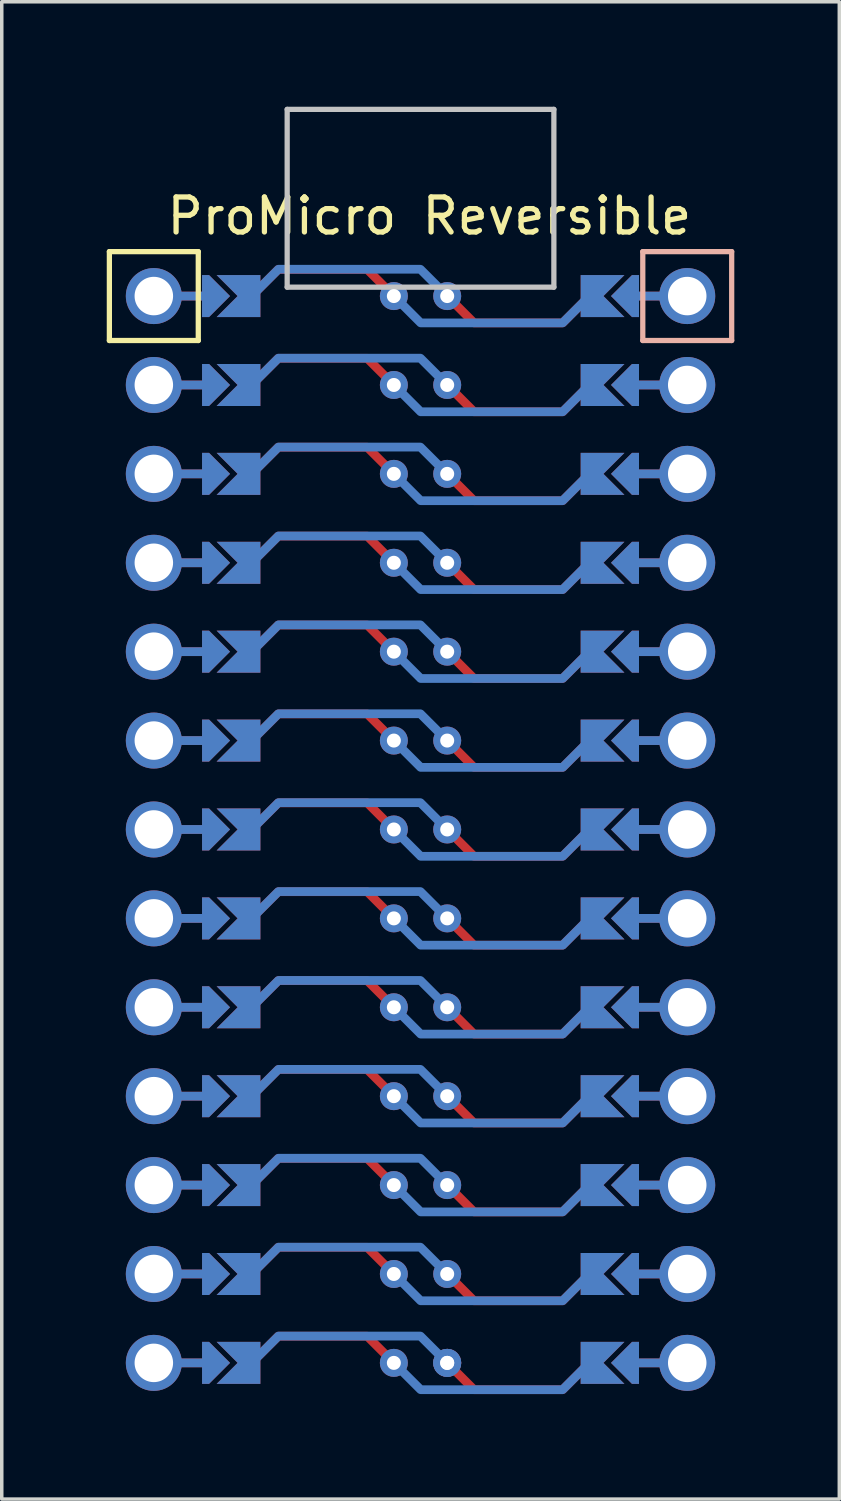
<source format=kicad_pcb>
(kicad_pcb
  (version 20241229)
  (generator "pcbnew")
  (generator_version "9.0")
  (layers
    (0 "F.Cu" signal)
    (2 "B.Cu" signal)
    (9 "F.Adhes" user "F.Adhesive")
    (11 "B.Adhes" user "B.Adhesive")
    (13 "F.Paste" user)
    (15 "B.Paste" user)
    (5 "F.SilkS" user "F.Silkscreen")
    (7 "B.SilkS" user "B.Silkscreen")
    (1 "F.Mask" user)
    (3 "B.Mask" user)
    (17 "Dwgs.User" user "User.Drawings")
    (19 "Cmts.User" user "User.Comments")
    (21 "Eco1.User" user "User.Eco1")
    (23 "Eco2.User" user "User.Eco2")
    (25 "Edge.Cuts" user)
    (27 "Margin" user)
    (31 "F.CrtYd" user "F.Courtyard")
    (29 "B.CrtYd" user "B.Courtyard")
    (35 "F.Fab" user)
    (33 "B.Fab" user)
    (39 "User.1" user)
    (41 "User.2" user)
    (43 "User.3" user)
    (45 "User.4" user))
  (footprint "ProMicro Reversible"
    (layer "F.Cu")
    (at 9.7 14.834)
    (property "Reference" "ProMicro Reversible" (at -0.481 -11.711 0) (layer "F.SilkS") (effects (font (size 1 1) (thickness 0.15))))
    (attr through_hole)
    (fp_circle (center -1.497 -9.425) (end -1.497 -9.3) (stroke (width 0.25) (type solid)) (fill no) (layer "F.Mask"))
    (fp_circle (center -1.497 -6.885) (end -1.497 -6.76) (stroke (width 0.25) (type solid)) (fill no) (layer "F.Mask"))
    (fp_circle (center -1.497 -4.345) (end -1.497 -4.22) (stroke (width 0.25) (type solid)) (fill no) (layer "F.Mask"))
    (fp_circle (center -1.497 -1.805) (end -1.497 -1.68) (stroke (width 0.25) (type solid)) (fill no) (layer "F.Mask"))
    (fp_circle (center -1.497 0.735) (end -1.497 0.86) (stroke (width 0.25) (type solid)) (fill no) (layer "F.Mask"))
    (fp_circle (center -1.497 3.275) (end -1.497 3.4) (stroke (width 0.25) (type solid)) (fill no) (layer "F.Mask"))
    (fp_circle (center -1.497 5.815) (end -1.497 5.94) (stroke (width 0.25) (type solid)) (fill no) (layer "F.Mask"))
    (fp_circle (center -1.497 8.355) (end -1.497 8.48) (stroke (width 0.25) (type solid)) (fill no) (layer "F.Mask"))
    (fp_circle (center -1.497 10.895) (end -1.497 11.02) (stroke (width 0.25) (type solid)) (fill no) (layer "F.Mask"))
    (fp_circle (center -1.497 13.435) (end -1.497 13.56) (stroke (width 0.25) (type solid)) (fill no) (layer "F.Mask"))
    (fp_circle (center -1.497 15.975) (end -1.497 16.1) (stroke (width 0.25) (type solid)) (fill no) (layer "F.Mask"))
    (fp_circle (center -1.497 18.515) (end -1.497 18.64) (stroke (width 0.25) (type solid)) (fill no) (layer "F.Mask"))
    (fp_circle (center -1.497 21.055) (end -1.497 21.18) (stroke (width 0.25) (type solid)) (fill no) (layer "F.Mask"))
    (fp_circle (center 0.027 -9.425) (end 0.027 -9.3) (stroke (width 0.25) (type solid)) (fill no) (layer "F.Mask"))
    (fp_circle (center 0.027 -6.885) (end 0.027 -6.76) (stroke (width 0.25) (type solid)) (fill no) (layer "F.Mask"))
    (fp_circle (center 0.027 -4.345) (end 0.027 -4.22) (stroke (width 0.25) (type solid)) (fill no) (layer "F.Mask"))
    (fp_circle (center 0.027 -1.805) (end 0.027 -1.68) (stroke (width 0.25) (type solid)) (fill no) (layer "F.Mask"))
    (fp_circle (center 0.027 0.735) (end 0.027 0.86) (stroke (width 0.25) (type solid)) (fill no) (layer "F.Mask"))
    (fp_circle (center 0.027 3.275) (end 0.027 3.4) (stroke (width 0.25) (type solid)) (fill no) (layer "F.Mask"))
    (fp_circle (center 0.027 5.815) (end 0.027 5.94) (stroke (width 0.25) (type solid)) (fill no) (layer "F.Mask"))
    (fp_circle (center 0.027 8.355) (end 0.027 8.48) (stroke (width 0.25) (type solid)) (fill no) (layer "F.Mask"))
    (fp_circle (center 0.027 10.895) (end 0.027 11.02) (stroke (width 0.25) (type solid)) (fill no) (layer "F.Mask"))
    (fp_circle (center 0.027 13.435) (end 0.027 13.56) (stroke (width 0.25) (type solid)) (fill no) (layer "F.Mask"))
    (fp_circle (center 0.027 15.975) (end 0.027 16.1) (stroke (width 0.25) (type solid)) (fill no) (layer "F.Mask"))
    (fp_circle (center 0.027 18.515) (end 0.027 18.64) (stroke (width 0.25) (type solid)) (fill no) (layer "F.Mask"))
    (fp_circle (center 0.027 21.055) (end 0.027 21.18) (stroke (width 0.25) (type solid)) (fill no) (layer "F.Mask"))
    (fp_poly (pts (xy -5.815 -9.933) (xy -5.815 -8.917) (xy -6.831 -8.917) (xy -6.831 -9.933)) (stroke (width 0.1) (type solid)) (fill yes) (layer "F.Mask"))
    (fp_poly (pts (xy -5.815 -7.393) (xy -5.815 -6.377) (xy -6.831 -6.377) (xy -6.831 -7.393)) (stroke (width 0.1) (type solid)) (fill yes) (layer "F.Mask"))
    (fp_poly (pts (xy -5.815 -4.853) (xy -5.815 -3.837) (xy -6.831 -3.837) (xy -6.831 -4.853)) (stroke (width 0.1) (type solid)) (fill yes) (layer "F.Mask"))
    (fp_poly (pts (xy -5.815 -2.313) (xy -5.815 -1.297) (xy -6.831 -1.297) (xy -6.831 -2.313)) (stroke (width 0.1) (type solid)) (fill yes) (layer "F.Mask"))
    (fp_poly (pts (xy -5.815 0.227) (xy -5.815 1.243) (xy -6.831 1.243) (xy -6.831 0.227)) (stroke (width 0.1) (type solid)) (fill yes) (layer "F.Mask"))
    (fp_poly (pts (xy -5.815 2.767) (xy -5.815 3.783) (xy -6.831 3.783) (xy -6.831 2.767)) (stroke (width 0.1) (type solid)) (fill yes) (layer "F.Mask"))
    (fp_poly (pts (xy -5.815 5.307) (xy -5.815 6.323) (xy -6.831 6.323) (xy -6.831 5.307)) (stroke (width 0.1) (type solid)) (fill yes) (layer "F.Mask"))
    (fp_poly (pts (xy -5.815 7.847) (xy -5.815 8.863) (xy -6.831 8.863) (xy -6.831 7.847)) (stroke (width 0.1) (type solid)) (fill yes) (layer "F.Mask"))
    (fp_poly (pts (xy -5.815 10.387) (xy -5.815 11.403) (xy -6.831 11.403) (xy -6.831 10.387)) (stroke (width 0.1) (type solid)) (fill yes) (layer "F.Mask"))
    (fp_poly (pts (xy -5.815 12.927) (xy -5.815 13.943) (xy -6.831 13.943) (xy -6.831 12.927)) (stroke (width 0.1) (type solid)) (fill yes) (layer "F.Mask"))
    (fp_poly (pts (xy -5.815 15.467) (xy -5.815 16.483) (xy -6.831 16.483) (xy -6.831 15.467)) (stroke (width 0.1) (type solid)) (fill yes) (layer "F.Mask"))
    (fp_poly (pts (xy -5.815 18.007) (xy -5.815 19.023) (xy -6.831 19.023) (xy -6.831 18.007)) (stroke (width 0.1) (type solid)) (fill yes) (layer "F.Mask"))
    (fp_poly (pts (xy -5.815 20.547) (xy -5.815 21.563) (xy -6.831 21.563) (xy -6.831 20.547)) (stroke (width 0.1) (type solid)) (fill yes) (layer "F.Mask"))
    (fp_poly (pts (xy 4.345 -8.917) (xy 4.345 -9.933) (xy 5.361 -9.933) (xy 5.361 -8.917)) (stroke (width 0.1) (type solid)) (fill yes) (layer "F.Mask"))
    (fp_poly (pts (xy 4.345 -6.377) (xy 4.345 -7.393) (xy 5.361 -7.393) (xy 5.361 -6.377)) (stroke (width 0.1) (type solid)) (fill yes) (layer "F.Mask"))
    (fp_poly (pts (xy 4.345 -3.837) (xy 4.345 -4.853) (xy 5.361 -4.853) (xy 5.361 -3.837)) (stroke (width 0.1) (type solid)) (fill yes) (layer "F.Mask"))
    (fp_poly (pts (xy 4.345 -1.297) (xy 4.345 -2.313) (xy 5.361 -2.313) (xy 5.361 -1.297)) (stroke (width 0.1) (type solid)) (fill yes) (layer "F.Mask"))
    (fp_poly (pts (xy 4.345 1.243) (xy 4.345 0.227) (xy 5.361 0.227) (xy 5.361 1.243)) (stroke (width 0.1) (type solid)) (fill yes) (layer "F.Mask"))
    (fp_poly (pts (xy 4.345 3.783) (xy 4.345 2.767) (xy 5.361 2.767) (xy 5.361 3.783)) (stroke (width 0.1) (type solid)) (fill yes) (layer "F.Mask"))
    (fp_poly (pts (xy 4.345 6.323) (xy 4.345 5.307) (xy 5.361 5.307) (xy 5.361 6.323)) (stroke (width 0.1) (type solid)) (fill yes) (layer "F.Mask"))
    (fp_poly (pts (xy 4.345 8.863) (xy 4.345 7.847) (xy 5.361 7.847) (xy 5.361 8.863)) (stroke (width 0.1) (type solid)) (fill yes) (layer "F.Mask"))
    (fp_poly (pts (xy 4.345 11.403) (xy 4.345 10.387) (xy 5.361 10.387) (xy 5.361 11.403)) (stroke (width 0.1) (type solid)) (fill yes) (layer "F.Mask"))
    (fp_poly (pts (xy 4.345 13.943) (xy 4.345 12.927) (xy 5.361 12.927) (xy 5.361 13.943)) (stroke (width 0.1) (type solid)) (fill yes) (layer "F.Mask"))
    (fp_poly (pts (xy 4.345 16.483) (xy 4.345 15.467) (xy 5.361 15.467) (xy 5.361 16.483)) (stroke (width 0.1) (type solid)) (fill yes) (layer "F.Mask"))
    (fp_poly (pts (xy 4.345 19.023) (xy 4.345 18.007) (xy 5.361 18.007) (xy 5.361 19.023)) (stroke (width 0.1) (type solid)) (fill yes) (layer "F.Mask"))
    (fp_poly (pts (xy 4.345 21.563) (xy 4.345 20.547) (xy 5.361 20.547) (xy 5.361 21.563)) (stroke (width 0.1) (type solid)) (fill yes) (layer "F.Mask"))
    (fp_circle (center -1.497 -9.425) (end -1.497 -9.3) (stroke (width 0.25) (type solid)) (fill no) (layer "B.Mask"))
    (fp_circle (center -1.497 -6.885) (end -1.497 -6.76) (stroke (width 0.25) (type solid)) (fill no) (layer "B.Mask"))
    (fp_circle (center -1.497 -4.345) (end -1.497 -4.22) (stroke (width 0.25) (type solid)) (fill no) (layer "B.Mask"))
    (fp_circle (center -1.497 -1.805) (end -1.497 -1.68) (stroke (width 0.25) (type solid)) (fill no) (layer "B.Mask"))
    (fp_circle (center -1.497 0.735) (end -1.497 0.86) (stroke (width 0.25) (type solid)) (fill no) (layer "B.Mask"))
    (fp_circle (center -1.497 3.275) (end -1.497 3.4) (stroke (width 0.25) (type solid)) (fill no) (layer "B.Mask"))
    (fp_circle (center -1.497 5.815) (end -1.497 5.94) (stroke (width 0.25) (type solid)) (fill no) (layer "B.Mask"))
    (fp_circle (center -1.497 8.355) (end -1.497 8.48) (stroke (width 0.25) (type solid)) (fill no) (layer "B.Mask"))
    (fp_circle (center -1.497 10.895) (end -1.497 11.02) (stroke (width 0.25) (type solid)) (fill no) (layer "B.Mask"))
    (fp_circle (center -1.497 13.435) (end -1.497 13.56) (stroke (width 0.25) (type solid)) (fill no) (layer "B.Mask"))
    (fp_circle (center -1.497 15.975) (end -1.497 16.1) (stroke (width 0.25) (type solid)) (fill no) (layer "B.Mask"))
    (fp_circle (center -1.497 18.515) (end -1.497 18.64) (stroke (width 0.25) (type solid)) (fill no) (layer "B.Mask"))
    (fp_circle (center -1.497 21.055) (end -1.497 21.18) (stroke (width 0.25) (type solid)) (fill no) (layer "B.Mask"))
    (fp_circle (center 0.027 -9.425) (end 0.027 -9.3) (stroke (width 0.25) (type solid)) (fill no) (layer "B.Mask"))
    (fp_circle (center 0.027 -6.885) (end 0.027 -6.76) (stroke (width 0.25) (type solid)) (fill no) (layer "B.Mask"))
    (fp_circle (center 0.027 -4.345) (end 0.027 -4.22) (stroke (width 0.25) (type solid)) (fill no) (layer "B.Mask"))
    (fp_circle (center 0.027 -1.805) (end 0.027 -1.68) (stroke (width 0.25) (type solid)) (fill no) (layer "B.Mask"))
    (fp_circle (center 0.027 0.735) (end 0.027 0.86) (stroke (width 0.25) (type solid)) (fill no) (layer "B.Mask"))
    (fp_circle (center 0.027 3.275) (end 0.027 3.4) (stroke (width 0.25) (type solid)) (fill no) (layer "B.Mask"))
    (fp_circle (center 0.027 5.815) (end 0.027 5.94) (stroke (width 0.25) (type solid)) (fill no) (layer "B.Mask"))
    (fp_circle (center 0.027 8.355) (end 0.027 8.48) (stroke (width 0.25) (type solid)) (fill no) (layer "B.Mask"))
    (fp_circle (center 0.027 10.895) (end 0.027 11.02) (stroke (width 0.25) (type solid)) (fill no) (layer "B.Mask"))
    (fp_circle (center 0.027 13.435) (end 0.027 13.56) (stroke (width 0.25) (type solid)) (fill no) (layer "B.Mask"))
    (fp_circle (center 0.027 15.975) (end 0.027 16.1) (stroke (width 0.25) (type solid)) (fill no) (layer "B.Mask"))
    (fp_circle (center 0.027 18.515) (end 0.027 18.64) (stroke (width 0.25) (type solid)) (fill no) (layer "B.Mask"))
    (fp_circle (center 0.027 21.055) (end 0.027 21.18) (stroke (width 0.25) (type solid)) (fill no) (layer "B.Mask"))
    (fp_poly (pts (xy -5.815 -9.933) (xy -5.815 -8.917) (xy -6.831 -8.917) (xy -6.831 -9.933)) (stroke (width 0.1) (type solid)) (fill yes) (layer "B.Mask"))
    (fp_poly (pts (xy -5.815 -7.393) (xy -5.815 -6.377) (xy -6.831 -6.377) (xy -6.831 -7.393)) (stroke (width 0.1) (type solid)) (fill yes) (layer "B.Mask"))
    (fp_poly (pts (xy -5.815 -4.853) (xy -5.815 -3.837) (xy -6.831 -3.837) (xy -6.831 -4.853)) (stroke (width 0.1) (type solid)) (fill yes) (layer "B.Mask"))
    (fp_poly (pts (xy -5.815 -2.313) (xy -5.815 -1.297) (xy -6.831 -1.297) (xy -6.831 -2.313)) (stroke (width 0.1) (type solid)) (fill yes) (layer "B.Mask"))
    (fp_poly (pts (xy -5.815 0.227) (xy -5.815 1.243) (xy -6.831 1.243) (xy -6.831 0.227)) (stroke (width 0.1) (type solid)) (fill yes) (layer "B.Mask"))
    (fp_poly (pts (xy -5.815 2.767) (xy -5.815 3.783) (xy -6.831 3.783) (xy -6.831 2.767)) (stroke (width 0.1) (type solid)) (fill yes) (layer "B.Mask"))
    (fp_poly (pts (xy -5.815 5.307) (xy -5.815 6.323) (xy -6.831 6.323) (xy -6.831 5.307)) (stroke (width 0.1) (type solid)) (fill yes) (layer "B.Mask"))
    (fp_poly (pts (xy -5.815 7.847) (xy -5.815 8.863) (xy -6.831 8.863) (xy -6.831 7.847)) (stroke (width 0.1) (type solid)) (fill yes) (layer "B.Mask"))
    (fp_poly (pts (xy -5.815 10.387) (xy -5.815 11.403) (xy -6.831 11.403) (xy -6.831 10.387)) (stroke (width 0.1) (type solid)) (fill yes) (layer "B.Mask"))
    (fp_poly (pts (xy -5.815 12.927) (xy -5.815 13.943) (xy -6.831 13.943) (xy -6.831 12.927)) (stroke (width 0.1) (type solid)) (fill yes) (layer "B.Mask"))
    (fp_poly (pts (xy -5.815 15.467) (xy -5.815 16.483) (xy -6.831 16.483) (xy -6.831 15.467)) (stroke (width 0.1) (type solid)) (fill yes) (layer "B.Mask"))
    (fp_poly (pts (xy -5.815 18.007) (xy -5.815 19.023) (xy -6.831 19.023) (xy -6.831 18.007)) (stroke (width 0.1) (type solid)) (fill yes) (layer "B.Mask"))
    (fp_poly (pts (xy -5.815 20.547) (xy -5.815 21.563) (xy -6.831 21.563) (xy -6.831 20.547)) (stroke (width 0.1) (type solid)) (fill yes) (layer "B.Mask"))
    (fp_poly (pts (xy 4.345 -8.917) (xy 4.345 -9.933) (xy 5.361 -9.933) (xy 5.361 -8.917)) (stroke (width 0.1) (type solid)) (fill yes) (layer "B.Mask"))
    (fp_poly (pts (xy 4.345 -6.377) (xy 4.345 -7.393) (xy 5.361 -7.393) (xy 5.361 -6.377)) (stroke (width 0.1) (type solid)) (fill yes) (layer "B.Mask"))
    (fp_poly (pts (xy 4.345 -3.837) (xy 4.345 -4.853) (xy 5.361 -4.853) (xy 5.361 -3.837)) (stroke (width 0.1) (type solid)) (fill yes) (layer "B.Mask"))
    (fp_poly (pts (xy 4.345 -1.297) (xy 4.345 -2.313) (xy 5.361 -2.313) (xy 5.361 -1.297)) (stroke (width 0.1) (type solid)) (fill yes) (layer "B.Mask"))
    (fp_poly (pts (xy 4.345 1.243) (xy 4.345 0.227) (xy 5.361 0.227) (xy 5.361 1.243)) (stroke (width 0.1) (type solid)) (fill yes) (layer "B.Mask"))
    (fp_poly (pts (xy 4.345 3.783) (xy 4.345 2.767) (xy 5.361 2.767) (xy 5.361 3.783)) (stroke (width 0.1) (type solid)) (fill yes) (layer "B.Mask"))
    (fp_poly (pts (xy 4.345 6.323) (xy 4.345 5.307) (xy 5.361 5.307) (xy 5.361 6.323)) (stroke (width 0.1) (type solid)) (fill yes) (layer "B.Mask"))
    (fp_poly (pts (xy 4.345 8.863) (xy 4.345 7.847) (xy 5.361 7.847) (xy 5.361 8.863)) (stroke (width 0.1) (type solid)) (fill yes) (layer "B.Mask"))
    (fp_poly (pts (xy 4.345 11.403) (xy 4.345 10.387) (xy 5.361 10.387) (xy 5.361 11.403)) (stroke (width 0.1) (type solid)) (fill yes) (layer "B.Mask"))
    (fp_poly (pts (xy 4.345 13.943) (xy 4.345 12.927) (xy 5.361 12.927) (xy 5.361 13.943)) (stroke (width 0.1) (type solid)) (fill yes) (layer "B.Mask"))
    (fp_poly (pts (xy 4.345 16.483) (xy 4.345 15.467) (xy 5.361 15.467) (xy 5.361 16.483)) (stroke (width 0.1) (type solid)) (fill yes) (layer "B.Mask"))
    (fp_poly (pts (xy 4.345 19.023) (xy 4.345 18.007) (xy 5.361 18.007) (xy 5.361 19.023)) (stroke (width 0.1) (type solid)) (fill yes) (layer "B.Mask"))
    (fp_poly (pts (xy 4.345 21.563) (xy 4.345 20.547) (xy 5.361 20.547) (xy 5.361 21.563)) (stroke (width 0.1) (type solid)) (fill yes) (layer "B.Mask"))
    (fp_line (start -9.625 -8.155) (end -9.625 -10.695) (stroke (width 0.15) (type solid)) (layer "F.SilkS"))
    (fp_line (start -7.085 -10.695) (end -9.625 -10.695) (stroke (width 0.15) (type solid)) (layer "F.SilkS"))
    (fp_line (start -7.085 -10.695) (end -7.085 -8.155) (stroke (width 0.15) (type solid)) (layer "F.SilkS"))
    (fp_line (start -7.085 -8.155) (end -9.625 -8.155) (stroke (width 0.15) (type solid)) (layer "F.SilkS"))
    (fp_line (start 5.615 -10.695) (end 5.615 -8.155) (stroke (width 0.15) (type solid)) (layer "B.SilkS"))
    (fp_line (start 5.615 -10.695) (end 8.155 -10.695) (stroke (width 0.15) (type solid)) (layer "B.SilkS"))
    (fp_line (start 5.615 -8.155) (end 8.155 -8.155) (stroke (width 0.15) (type solid)) (layer "B.SilkS"))
    (fp_line (start 8.155 -8.155) (end 8.155 -10.695) (stroke (width 0.15) (type solid)) (layer "B.SilkS"))
    (fp_line (start -4.545 -14.759) (end 3.075 -14.759) (stroke (width 0.15) (type solid)) (layer "Dwgs.User"))
    (fp_line (start -4.545 -9.679) (end -4.545 -14.759) (stroke (width 0.15) (type solid)) (layer "Dwgs.User"))
    (fp_line (start 3.075 -14.759) (end 3.075 -9.679) (stroke (width 0.15) (type solid)) (layer "Dwgs.User"))
    (fp_line (start 3.075 -9.679) (end -4.545 -9.679) (stroke (width 0.15) (type solid)) (layer "Dwgs.User"))
    (pad "" thru_hole circle (at -8.355 -9.425 270) (size 1.6 1.6) (drill 1.1) (layers "*.Cu" "*.Mask"))
    (pad "" thru_hole circle (at -8.355 -6.885 270) (size 1.6 1.6) (drill 1.1) (layers "*.Cu" "*.Mask"))
    (pad "" thru_hole circle (at -8.355 -4.345 270) (size 1.6 1.6) (drill 1.1) (layers "*.Cu" "*.Mask"))
    (pad "" thru_hole circle (at -8.355 -1.805 270) (size 1.6 1.6) (drill 1.1) (layers "*.Cu" "*.Mask"))
    (pad "" thru_hole circle (at -8.355 0.735 270) (size 1.6 1.6) (drill 1.1) (layers "*.Cu" "*.Mask"))
    (pad "" thru_hole circle (at -8.355 3.275 270) (size 1.6 1.6) (drill 1.1) (layers "*.Cu" "*.Mask"))
    (pad "" thru_hole circle (at -8.355 5.815 270) (size 1.6 1.6) (drill 1.1) (layers "*.Cu" "*.Mask"))
    (pad "" thru_hole circle (at -8.355 8.355 270) (size 1.6 1.6) (drill 1.1) (layers "*.Cu" "*.Mask"))
    (pad "" thru_hole circle (at -8.355 10.895 270) (size 1.6 1.6) (drill 1.1) (layers "*.Cu" "*.Mask"))
    (pad "" thru_hole circle (at -8.355 13.435 270) (size 1.6 1.6) (drill 1.1) (layers "*.Cu" "*.Mask"))
    (pad "" thru_hole circle (at -8.355 15.975 270) (size 1.6 1.6) (drill 1.1) (layers "*.Cu" "*.Mask"))
    (pad "" thru_hole circle (at -8.355 18.515 270) (size 1.6 1.6) (drill 1.1) (layers "*.Cu" "*.Mask"))
    (pad "" thru_hole circle (at -8.355 21.055 270) (size 1.6 1.6) (drill 1.1) (layers "*.Cu" "*.Mask"))
    (pad "" smd custom (at -7.085 -9.425 90) (size 0.25 1) (layers "F.Cu") (options (anchor rect)) (primitives))
    (pad "" smd custom (at -7.085 -9.425 90) (size 0.25 1) (layers "B.Cu") (options (anchor rect)) (primitives))
    (pad "" smd custom (at -7.085 -6.885 90) (size 0.25 1) (layers "F.Cu") (options (anchor rect)) (primitives))
    (pad "" smd custom (at -7.085 -6.885 90) (size 0.25 1) (layers "B.Cu") (options (anchor rect)) (primitives))
    (pad "" smd custom (at -7.085 -4.345 90) (size 0.25 1) (layers "F.Cu") (options (anchor rect)) (primitives))
    (pad "" smd custom (at -7.085 -4.345 90) (size 0.25 1) (layers "B.Cu") (options (anchor rect)) (primitives))
    (pad "" smd custom (at -7.085 -1.805 90) (size 0.25 1) (layers "F.Cu") (options (anchor rect)) (primitives))
    (pad "" smd custom (at -7.085 -1.805 90) (size 0.25 1) (layers "B.Cu") (options (anchor rect)) (primitives))
    (pad "" smd custom (at -7.085 0.735 90) (size 0.25 1) (layers "F.Cu") (options (anchor rect)) (primitives))
    (pad "" smd custom (at -7.085 0.735 90) (size 0.25 1) (layers "B.Cu") (options (anchor rect)) (primitives))
    (pad "" smd custom (at -7.085 3.275 90) (size 0.25 1) (layers "F.Cu") (options (anchor rect)) (primitives))
    (pad "" smd custom (at -7.085 3.275 90) (size 0.25 1) (layers "B.Cu") (options (anchor rect)) (primitives))
    (pad "" smd custom (at -7.085 5.815 90) (size 0.25 1) (layers "F.Cu") (options (anchor rect)) (primitives))
    (pad "" smd custom (at -7.085 5.815 90) (size 0.25 1) (layers "B.Cu") (options (anchor rect)) (primitives))
    (pad "" smd custom (at -7.085 8.355 90) (size 0.25 1) (layers "F.Cu") (options (anchor rect)) (primitives))
    (pad "" smd custom (at -7.085 8.355 90) (size 0.25 1) (layers "B.Cu") (options (anchor rect)) (primitives))
    (pad "" smd custom (at -7.085 10.895 90) (size 0.25 1) (layers "F.Cu") (options (anchor rect)) (primitives))
    (pad "" smd custom (at -7.085 10.895 90) (size 0.25 1) (layers "B.Cu") (options (anchor rect)) (primitives))
    (pad "" smd custom (at -7.085 13.435 90) (size 0.25 1) (layers "F.Cu") (options (anchor rect)) (primitives))
    (pad "" smd custom (at -7.085 13.435 90) (size 0.25 1) (layers "B.Cu") (options (anchor rect)) (primitives))
    (pad "" smd custom (at -7.085 15.975 90) (size 0.25 1) (layers "F.Cu") (options (anchor rect)) (primitives))
    (pad "" smd custom (at -7.085 15.975 90) (size 0.25 1) (layers "B.Cu") (options (anchor rect)) (primitives))
    (pad "" smd custom (at -7.085 18.515 90) (size 0.25 1) (layers "F.Cu") (options (anchor rect)) (primitives))
    (pad "" smd custom (at -7.085 18.515 90) (size 0.25 1) (layers "B.Cu") (options (anchor rect)) (primitives))
    (pad "" smd custom (at -7.085 21.055 90) (size 0.25 1) (layers "F.Cu") (options (anchor rect)) (primitives))
    (pad "" smd custom (at -7.085 21.055 90) (size 0.25 1) (layers "B.Cu") (options (anchor rect)) (primitives))
    (pad "" smd custom (at -6.577 -9.425 90) (size 0.1 0.1) (layers "F.Cu" "F.Mask") (options (anchor rect)) (primitives (gr_poly (pts (xy 0.6 -0.4) (xy -0.6 -0.4) (xy -0.6 -0.2) (xy 0 0.4) (xy 0.6 -0.2)) (width 0) (fill yes))))
    (pad "" smd custom (at -6.577 -9.425 90) (size 0.1 0.1) (layers "B.Cu" "B.Mask") (options (anchor rect)) (primitives (gr_poly (pts (xy 0.6 -0.4) (xy -0.6 -0.4) (xy -0.6 -0.2) (xy 0 0.4) (xy 0.6 -0.2)) (width 0) (fill yes))))
    (pad "" smd custom (at -6.577 -6.885 90) (size 0.1 0.1) (layers "F.Cu" "F.Mask") (options (anchor rect)) (primitives (gr_poly (pts (xy 0.6 -0.4) (xy -0.6 -0.4) (xy -0.6 -0.2) (xy 0 0.4) (xy 0.6 -0.2)) (width 0) (fill yes))))
    (pad "" smd custom (at -6.577 -6.885 90) (size 0.1 0.1) (layers "B.Cu" "B.Mask") (options (anchor rect)) (primitives (gr_poly (pts (xy 0.6 -0.4) (xy -0.6 -0.4) (xy -0.6 -0.2) (xy 0 0.4) (xy 0.6 -0.2)) (width 0) (fill yes))))
    (pad "" smd custom (at -6.577 -4.345 90) (size 0.1 0.1) (layers "F.Cu" "F.Mask") (options (anchor rect)) (primitives (gr_poly (pts (xy 0.6 -0.4) (xy -0.6 -0.4) (xy -0.6 -0.2) (xy 0 0.4) (xy 0.6 -0.2)) (width 0) (fill yes))))
    (pad "" smd custom (at -6.577 -4.345 90) (size 0.1 0.1) (layers "B.Cu" "B.Mask") (options (anchor rect)) (primitives (gr_poly (pts (xy 0.6 -0.4) (xy -0.6 -0.4) (xy -0.6 -0.2) (xy 0 0.4) (xy 0.6 -0.2)) (width 0) (fill yes))))
    (pad "" smd custom (at -6.577 -1.805 90) (size 0.1 0.1) (layers "F.Cu" "F.Mask") (options (anchor rect)) (primitives (gr_poly (pts (xy 0.6 -0.4) (xy -0.6 -0.4) (xy -0.6 -0.2) (xy 0 0.4) (xy 0.6 -0.2)) (width 0) (fill yes))))
    (pad "" smd custom (at -6.577 -1.805 90) (size 0.1 0.1) (layers "B.Cu" "B.Mask") (options (anchor rect)) (primitives (gr_poly (pts (xy 0.6 -0.4) (xy -0.6 -0.4) (xy -0.6 -0.2) (xy 0 0.4) (xy 0.6 -0.2)) (width 0) (fill yes))))
    (pad "" smd custom (at -6.577 0.735 90) (size 0.1 0.1) (layers "F.Cu" "F.Mask") (options (anchor rect)) (primitives (gr_poly (pts (xy 0.6 -0.4) (xy -0.6 -0.4) (xy -0.6 -0.2) (xy 0 0.4) (xy 0.6 -0.2)) (width 0) (fill yes))))
    (pad "" smd custom (at -6.577 0.735 90) (size 0.1 0.1) (layers "B.Cu" "B.Mask") (options (anchor rect)) (primitives (gr_poly (pts (xy 0.6 -0.4) (xy -0.6 -0.4) (xy -0.6 -0.2) (xy 0 0.4) (xy 0.6 -0.2)) (width 0) (fill yes))))
    (pad "" smd custom (at -6.577 3.275 90) (size 0.1 0.1) (layers "F.Cu" "F.Mask") (options (anchor rect)) (primitives (gr_poly (pts (xy 0.6 -0.4) (xy -0.6 -0.4) (xy -0.6 -0.2) (xy 0 0.4) (xy 0.6 -0.2)) (width 0) (fill yes))))
    (pad "" smd custom (at -6.577 3.275 90) (size 0.1 0.1) (layers "B.Cu" "B.Mask") (options (anchor rect)) (primitives (gr_poly (pts (xy 0.6 -0.4) (xy -0.6 -0.4) (xy -0.6 -0.2) (xy 0 0.4) (xy 0.6 -0.2)) (width 0) (fill yes))))
    (pad "" smd custom (at -6.577 5.815 90) (size 0.1 0.1) (layers "F.Cu" "F.Mask") (options (anchor rect)) (primitives (gr_poly (pts (xy 0.6 -0.4) (xy -0.6 -0.4) (xy -0.6 -0.2) (xy 0 0.4) (xy 0.6 -0.2)) (width 0) (fill yes))))
    (pad "" smd custom (at -6.577 5.815 90) (size 0.1 0.1) (layers "B.Cu" "B.Mask") (options (anchor rect)) (primitives (gr_poly (pts (xy 0.6 -0.4) (xy -0.6 -0.4) (xy -0.6 -0.2) (xy 0 0.4) (xy 0.6 -0.2)) (width 0) (fill yes))))
    (pad "" smd custom (at -6.577 8.355 90) (size 0.1 0.1) (layers "F.Cu" "F.Mask") (options (anchor rect)) (primitives (gr_poly (pts (xy 0.6 -0.4) (xy -0.6 -0.4) (xy -0.6 -0.2) (xy 0 0.4) (xy 0.6 -0.2)) (width 0) (fill yes))))
    (pad "" smd custom (at -6.577 8.355 90) (size 0.1 0.1) (layers "B.Cu" "B.Mask") (options (anchor rect)) (primitives (gr_poly (pts (xy 0.6 -0.4) (xy -0.6 -0.4) (xy -0.6 -0.2) (xy 0 0.4) (xy 0.6 -0.2)) (width 0) (fill yes))))
    (pad "" smd custom (at -6.577 10.895 90) (size 0.1 0.1) (layers "F.Cu" "F.Mask") (options (anchor rect)) (primitives (gr_poly (pts (xy 0.6 -0.4) (xy -0.6 -0.4) (xy -0.6 -0.2) (xy 0 0.4) (xy 0.6 -0.2)) (width 0) (fill yes))))
    (pad "" smd custom (at -6.577 10.895 90) (size 0.1 0.1) (layers "B.Cu" "B.Mask") (options (anchor rect)) (primitives (gr_poly (pts (xy 0.6 -0.4) (xy -0.6 -0.4) (xy -0.6 -0.2) (xy 0 0.4) (xy 0.6 -0.2)) (width 0) (fill yes))))
    (pad "" smd custom (at -6.577 13.435 90) (size 0.1 0.1) (layers "F.Cu" "F.Mask") (options (anchor rect)) (primitives (gr_poly (pts (xy 0.6 -0.4) (xy -0.6 -0.4) (xy -0.6 -0.2) (xy 0 0.4) (xy 0.6 -0.2)) (width 0) (fill yes))))
    (pad "" smd custom (at -6.577 13.435 90) (size 0.1 0.1) (layers "B.Cu" "B.Mask") (options (anchor rect)) (primitives (gr_poly (pts (xy 0.6 -0.4) (xy -0.6 -0.4) (xy -0.6 -0.2) (xy 0 0.4) (xy 0.6 -0.2)) (width 0) (fill yes))))
    (pad "" smd custom (at -6.577 15.975 90) (size 0.1 0.1) (layers "F.Cu" "F.Mask") (options (anchor rect)) (primitives (gr_poly (pts (xy 0.6 -0.4) (xy -0.6 -0.4) (xy -0.6 -0.2) (xy 0 0.4) (xy 0.6 -0.2)) (width 0) (fill yes))))
    (pad "" smd custom (at -6.577 15.975 90) (size 0.1 0.1) (layers "B.Cu" "B.Mask") (options (anchor rect)) (primitives (gr_poly (pts (xy 0.6 -0.4) (xy -0.6 -0.4) (xy -0.6 -0.2) (xy 0 0.4) (xy 0.6 -0.2)) (width 0) (fill yes))))
    (pad "" smd custom (at -6.577 18.515 90) (size 0.1 0.1) (layers "F.Cu" "F.Mask") (options (anchor rect)) (primitives (gr_poly (pts (xy 0.6 -0.4) (xy -0.6 -0.4) (xy -0.6 -0.2) (xy 0 0.4) (xy 0.6 -0.2)) (width 0) (fill yes))))
    (pad "" smd custom (at -6.577 18.515 90) (size 0.1 0.1) (layers "B.Cu" "B.Mask") (options (anchor rect)) (primitives (gr_poly (pts (xy 0.6 -0.4) (xy -0.6 -0.4) (xy -0.6 -0.2) (xy 0 0.4) (xy 0.6 -0.2)) (width 0) (fill yes))))
    (pad "" smd custom (at -6.577 21.055 90) (size 0.1 0.1) (layers "F.Cu" "F.Mask") (options (anchor rect)) (primitives (gr_poly (pts (xy 0.6 -0.4) (xy -0.6 -0.4) (xy -0.6 -0.2) (xy 0 0.4) (xy 0.6 -0.2)) (width 0) (fill yes))))
    (pad "" smd custom (at -6.577 21.055 90) (size 0.1 0.1) (layers "B.Cu" "B.Mask") (options (anchor rect)) (primitives (gr_poly (pts (xy 0.6 -0.4) (xy -0.6 -0.4) (xy -0.6 -0.2) (xy 0 0.4) (xy 0.6 -0.2)) (width 0) (fill yes))))
    (pad "" smd custom (at 5.107 -9.425 270) (size 0.1 0.1) (layers "F.Cu" "F.Mask") (options (anchor rect)) (primitives (gr_poly (pts (xy 0.6 -0.4) (xy -0.6 -0.4) (xy -0.6 -0.2) (xy 0 0.4) (xy 0.6 -0.2)) (width 0) (fill yes))))
    (pad "" smd custom (at 5.107 -9.425 270) (size 0.1 0.1) (layers "B.Cu" "B.Mask") (options (anchor rect)) (primitives (gr_poly (pts (xy 0.6 -0.4) (xy -0.6 -0.4) (xy -0.6 -0.2) (xy 0 0.4) (xy 0.6 -0.2)) (width 0) (fill yes))))
    (pad "" smd custom (at 5.107 -6.885 270) (size 0.1 0.1) (layers "F.Cu" "F.Mask") (options (anchor rect)) (primitives (gr_poly (pts (xy 0.6 -0.4) (xy -0.6 -0.4) (xy -0.6 -0.2) (xy 0 0.4) (xy 0.6 -0.2)) (width 0) (fill yes))))
    (pad "" smd custom (at 5.107 -6.885 270) (size 0.1 0.1) (layers "B.Cu" "B.Mask") (options (anchor rect)) (primitives (gr_poly (pts (xy 0.6 -0.4) (xy -0.6 -0.4) (xy -0.6 -0.2) (xy 0 0.4) (xy 0.6 -0.2)) (width 0) (fill yes))))
    (pad "" smd custom (at 5.107 -4.345 270) (size 0.1 0.1) (layers "F.Cu" "F.Mask") (options (anchor rect)) (primitives (gr_poly (pts (xy 0.6 -0.4) (xy -0.6 -0.4) (xy -0.6 -0.2) (xy 0 0.4) (xy 0.6 -0.2)) (width 0) (fill yes))))
    (pad "" smd custom (at 5.107 -4.345 270) (size 0.1 0.1) (layers "B.Cu" "B.Mask") (options (anchor rect)) (primitives (gr_poly (pts (xy 0.6 -0.4) (xy -0.6 -0.4) (xy -0.6 -0.2) (xy 0 0.4) (xy 0.6 -0.2)) (width 0) (fill yes))))
    (pad "" smd custom (at 5.107 -1.805 270) (size 0.1 0.1) (layers "F.Cu" "F.Mask") (options (anchor rect)) (primitives (gr_poly (pts (xy 0.6 -0.4) (xy -0.6 -0.4) (xy -0.6 -0.2) (xy 0 0.4) (xy 0.6 -0.2)) (width 0) (fill yes))))
    (pad "" smd custom (at 5.107 -1.805 270) (size 0.1 0.1) (layers "B.Cu" "B.Mask") (options (anchor rect)) (primitives (gr_poly (pts (xy 0.6 -0.4) (xy -0.6 -0.4) (xy -0.6 -0.2) (xy 0 0.4) (xy 0.6 -0.2)) (width 0) (fill yes))))
    (pad "" smd custom (at 5.107 0.735 270) (size 0.1 0.1) (layers "F.Cu" "F.Mask") (options (anchor rect)) (primitives (gr_poly (pts (xy 0.6 -0.4) (xy -0.6 -0.4) (xy -0.6 -0.2) (xy 0 0.4) (xy 0.6 -0.2)) (width 0) (fill yes))))
    (pad "" smd custom (at 5.107 0.735 270) (size 0.1 0.1) (layers "B.Cu" "B.Mask") (options (anchor rect)) (primitives (gr_poly (pts (xy 0.6 -0.4) (xy -0.6 -0.4) (xy -0.6 -0.2) (xy 0 0.4) (xy 0.6 -0.2)) (width 0) (fill yes))))
    (pad "" smd custom (at 5.107 3.275 270) (size 0.1 0.1) (layers "F.Cu" "F.Mask") (options (anchor rect)) (primitives (gr_poly (pts (xy 0.6 -0.4) (xy -0.6 -0.4) (xy -0.6 -0.2) (xy 0 0.4) (xy 0.6 -0.2)) (width 0) (fill yes))))
    (pad "" smd custom (at 5.107 3.275 270) (size 0.1 0.1) (layers "B.Cu" "B.Mask") (options (anchor rect)) (primitives (gr_poly (pts (xy 0.6 -0.4) (xy -0.6 -0.4) (xy -0.6 -0.2) (xy 0 0.4) (xy 0.6 -0.2)) (width 0) (fill yes))))
    (pad "" smd custom (at 5.107 5.815 270) (size 0.1 0.1) (layers "F.Cu" "F.Mask") (options (anchor rect)) (primitives (gr_poly (pts (xy 0.6 -0.4) (xy -0.6 -0.4) (xy -0.6 -0.2) (xy 0 0.4) (xy 0.6 -0.2)) (width 0) (fill yes))))
    (pad "" smd custom (at 5.107 5.815 270) (size 0.1 0.1) (layers "B.Cu" "B.Mask") (options (anchor rect)) (primitives (gr_poly (pts (xy 0.6 -0.4) (xy -0.6 -0.4) (xy -0.6 -0.2) (xy 0 0.4) (xy 0.6 -0.2)) (width 0) (fill yes))))
    (pad "" smd custom (at 5.107 8.355 270) (size 0.1 0.1) (layers "F.Cu" "F.Mask") (options (anchor rect)) (primitives (gr_poly (pts (xy 0.6 -0.4) (xy -0.6 -0.4) (xy -0.6 -0.2) (xy 0 0.4) (xy 0.6 -0.2)) (width 0) (fill yes))))
    (pad "" smd custom (at 5.107 8.355 270) (size 0.1 0.1) (layers "B.Cu" "B.Mask") (options (anchor rect)) (primitives (gr_poly (pts (xy 0.6 -0.4) (xy -0.6 -0.4) (xy -0.6 -0.2) (xy 0 0.4) (xy 0.6 -0.2)) (width 0) (fill yes))))
    (pad "" smd custom (at 5.107 10.895 270) (size 0.1 0.1) (layers "F.Cu" "F.Mask") (options (anchor rect)) (primitives (gr_poly (pts (xy 0.6 -0.4) (xy -0.6 -0.4) (xy -0.6 -0.2) (xy 0 0.4) (xy 0.6 -0.2)) (width 0) (fill yes))))
    (pad "" smd custom (at 5.107 10.895 270) (size 0.1 0.1) (layers "B.Cu" "B.Mask") (options (anchor rect)) (primitives (gr_poly (pts (xy 0.6 -0.4) (xy -0.6 -0.4) (xy -0.6 -0.2) (xy 0 0.4) (xy 0.6 -0.2)) (width 0) (fill yes))))
    (pad "" smd custom (at 5.107 13.435 270) (size 0.1 0.1) (layers "F.Cu" "F.Mask") (options (anchor rect)) (primitives (gr_poly (pts (xy 0.6 -0.4) (xy -0.6 -0.4) (xy -0.6 -0.2) (xy 0 0.4) (xy 0.6 -0.2)) (width 0) (fill yes))))
    (pad "" smd custom (at 5.107 13.435 270) (size 0.1 0.1) (layers "B.Cu" "B.Mask") (options (anchor rect)) (primitives (gr_poly (pts (xy 0.6 -0.4) (xy -0.6 -0.4) (xy -0.6 -0.2) (xy 0 0.4) (xy 0.6 -0.2)) (width 0) (fill yes))))
    (pad "" smd custom (at 5.107 15.975 270) (size 0.1 0.1) (layers "F.Cu" "F.Mask") (options (anchor rect)) (primitives (gr_poly (pts (xy 0.6 -0.4) (xy -0.6 -0.4) (xy -0.6 -0.2) (xy 0 0.4) (xy 0.6 -0.2)) (width 0) (fill yes))))
    (pad "" smd custom (at 5.107 15.975 270) (size 0.1 0.1) (layers "B.Cu" "B.Mask") (options (anchor rect)) (primitives (gr_poly (pts (xy 0.6 -0.4) (xy -0.6 -0.4) (xy -0.6 -0.2) (xy 0 0.4) (xy 0.6 -0.2)) (width 0) (fill yes))))
    (pad "" smd custom (at 5.107 18.515 270) (size 0.1 0.1) (layers "F.Cu" "F.Mask") (options (anchor rect)) (primitives (gr_poly (pts (xy 0.6 -0.4) (xy -0.6 -0.4) (xy -0.6 -0.2) (xy 0 0.4) (xy 0.6 -0.2)) (width 0) (fill yes))))
    (pad "" smd custom (at 5.107 18.515 270) (size 0.1 0.1) (layers "B.Cu" "B.Mask") (options (anchor rect)) (primitives (gr_poly (pts (xy 0.6 -0.4) (xy -0.6 -0.4) (xy -0.6 -0.2) (xy 0 0.4) (xy 0.6 -0.2)) (width 0) (fill yes))))
    (pad "" smd custom (at 5.107 21.055 270) (size 0.1 0.1) (layers "F.Cu" "F.Mask") (options (anchor rect)) (primitives (gr_poly (pts (xy 0.6 -0.4) (xy -0.6 -0.4) (xy -0.6 -0.2) (xy 0 0.4) (xy 0.6 -0.2)) (width 0) (fill yes))))
    (pad "" smd custom (at 5.107 21.055 270) (size 0.1 0.1) (layers "B.Cu" "B.Mask") (options (anchor rect)) (primitives (gr_poly (pts (xy 0.6 -0.4) (xy -0.6 -0.4) (xy -0.6 -0.2) (xy 0 0.4) (xy 0.6 -0.2)) (width 0) (fill yes))))
    (pad "" smd custom (at 5.615 -9.425 270) (size 0.25 1) (layers "F.Cu") (options (anchor rect)) (primitives))
    (pad "" smd custom (at 5.615 -9.425 270) (size 0.25 1) (layers "B.Cu") (options (anchor rect)) (primitives))
    (pad "" smd custom (at 5.615 -6.885 270) (size 0.25 1) (layers "F.Cu") (options (anchor rect)) (primitives))
    (pad "" smd custom (at 5.615 -6.885 270) (size 0.25 1) (layers "B.Cu") (options (anchor rect)) (primitives))
    (pad "" smd custom (at 5.615 -4.345 270) (size 0.25 1) (layers "F.Cu") (options (anchor rect)) (primitives))
    (pad "" smd custom (at 5.615 -4.345 270) (size 0.25 1) (layers "B.Cu") (options (anchor rect)) (primitives))
    (pad "" smd custom (at 5.615 -1.805 270) (size 0.25 1) (layers "F.Cu") (options (anchor rect)) (primitives))
    (pad "" smd custom (at 5.615 -1.805 270) (size 0.25 1) (layers "B.Cu") (options (anchor rect)) (primitives))
    (pad "" smd custom (at 5.615 0.735 270) (size 0.25 1) (layers "F.Cu") (options (anchor rect)) (primitives))
    (pad "" smd custom (at 5.615 0.735 270) (size 0.25 1) (layers "B.Cu") (options (anchor rect)) (primitives))
    (pad "" smd custom (at 5.615 3.275 270) (size 0.25 1) (layers "F.Cu") (options (anchor rect)) (primitives))
    (pad "" smd custom (at 5.615 3.275 270) (size 0.25 1) (layers "B.Cu") (options (anchor rect)) (primitives))
    (pad "" smd custom (at 5.615 5.815 270) (size 0.25 1) (layers "F.Cu") (options (anchor rect)) (primitives))
    (pad "" smd custom (at 5.615 5.815 270) (size 0.25 1) (layers "B.Cu") (options (anchor rect)) (primitives))
    (pad "" smd custom (at 5.615 8.355 270) (size 0.25 1) (layers "F.Cu") (options (anchor rect)) (primitives))
    (pad "" smd custom (at 5.615 8.355 270) (size 0.25 1) (layers "B.Cu") (options (anchor rect)) (primitives))
    (pad "" smd custom (at 5.615 10.895 270) (size 0.25 1) (layers "F.Cu") (options (anchor rect)) (primitives))
    (pad "" smd custom (at 5.615 10.895 270) (size 0.25 1) (layers "B.Cu") (options (anchor rect)) (primitives))
    (pad "" smd custom (at 5.615 13.435 270) (size 0.25 1) (layers "F.Cu") (options (anchor rect)) (primitives))
    (pad "" smd custom (at 5.615 13.435 270) (size 0.25 1) (layers "B.Cu") (options (anchor rect)) (primitives))
    (pad "" smd custom (at 5.615 15.975 270) (size 0.25 1) (layers "F.Cu") (options (anchor rect)) (primitives))
    (pad "" smd custom (at 5.615 15.975 270) (size 0.25 1) (layers "B.Cu") (options (anchor rect)) (primitives))
    (pad "" smd custom (at 5.615 18.515 270) (size 0.25 1) (layers "F.Cu") (options (anchor rect)) (primitives))
    (pad "" smd custom (at 5.615 18.515 270) (size 0.25 1) (layers "B.Cu") (options (anchor rect)) (primitives))
    (pad "" smd custom (at 5.615 21.055 270) (size 0.25 1) (layers "F.Cu") (options (anchor rect)) (primitives))
    (pad "" smd custom (at 5.615 21.055 270) (size 0.25 1) (layers "B.Cu") (options (anchor rect)) (primitives))
    (pad "" thru_hole circle (at 6.885 -9.425 270) (size 1.6 1.6) (drill 1.1) (layers "*.Cu" "*.Mask"))
    (pad "" thru_hole circle (at 6.885 -6.885 270) (size 1.6 1.6) (drill 1.1) (layers "*.Cu" "*.Mask"))
    (pad "" thru_hole circle (at 6.885 -4.345 270) (size 1.6 1.6) (drill 1.1) (layers "*.Cu" "*.Mask"))
    (pad "" thru_hole circle (at 6.885 -1.805 270) (size 1.6 1.6) (drill 1.1) (layers "*.Cu" "*.Mask"))
    (pad "" thru_hole circle (at 6.885 0.735 270) (size 1.6 1.6) (drill 1.1) (layers "*.Cu" "*.Mask"))
    (pad "" thru_hole circle (at 6.885 3.275 270) (size 1.6 1.6) (drill 1.1) (layers "*.Cu" "*.Mask"))
    (pad "" thru_hole circle (at 6.885 5.815 270) (size 1.6 1.6) (drill 1.1) (layers "*.Cu" "*.Mask"))
    (pad "" thru_hole circle (at 6.885 8.355 270) (size 1.6 1.6) (drill 1.1) (layers "*.Cu" "*.Mask"))
    (pad "" thru_hole circle (at 6.885 10.895 270) (size 1.6 1.6) (drill 1.1) (layers "*.Cu" "*.Mask"))
    (pad "" thru_hole circle (at 6.885 13.435 270) (size 1.6 1.6) (drill 1.1) (layers "*.Cu" "*.Mask"))
    (pad "" thru_hole circle (at 6.885 15.975 270) (size 1.6 1.6) (drill 1.1) (layers "*.Cu" "*.Mask"))
    (pad "" thru_hole circle (at 6.885 18.515 270) (size 1.6 1.6) (drill 1.1) (layers "*.Cu" "*.Mask"))
    (pad "" thru_hole circle (at 6.885 21.055 270) (size 1.6 1.6) (drill 1.1) (layers "*.Cu" "*.Mask"))
    (pad "1" smd custom (at -5.561 -9.425 90) (size 1.2 0.5) (layers "B.Cu" "B.Mask") (options (anchor rect)) (primitives (gr_poly (pts (xy 0.6 0) (xy -0.6 0) (xy -0.6 -1) (xy 0 -0.4) (xy 0.6 -1)) (width 0) (fill yes))))
    (pad "1" smd custom (at 0.027 -9.425 270) (size 0.25 0.25) (layers "F.Cu") (options (anchor circle)) (primitives (gr_line (start 0 0) (end 0.766 -0.766) (width 0.25)) (gr_line (start 0.766 -0.766) (end 0.766 -3.298) (width 0.25)) (gr_line (start 0.766 -3.298) (end 0 -4.064) (width 0.25))))
    (pad "1" smd custom (at 0.027 -9.425 270) (size 0.25 0.25) (layers "B.Cu") (options (anchor circle)) (primitives (gr_line (start 0 0) (end -0.766 0.766) (width 0.25)) (gr_line (start -0.766 0.766) (end -0.766 4.822) (width 0.25)) (gr_line (start -0.766 4.822) (end 0 5.588) (width 0.25))))
    (pad "1" thru_hole circle (at 0.027 -9.425 90) (size 0.8 0.8) (drill 0.4) (layers "*.Cu"))
    (pad "1" smd custom (at 4.091 -9.425 270) (size 1.2 0.5) (layers "F.Cu" "F.Mask") (options (anchor rect)) (primitives (gr_poly (pts (xy 0.6 0) (xy -0.6 0) (xy -0.6 -1) (xy 0 -0.4) (xy 0.6 -1)) (width 0) (fill yes))))
    (pad "2" smd custom (at -5.561 -6.885 90) (size 1.2 0.5) (layers "B.Cu" "B.Mask") (options (anchor rect)) (primitives (gr_poly (pts (xy 0.6 0) (xy -0.6 0) (xy -0.6 -1) (xy 0 -0.4) (xy 0.6 -1)) (width 0) (fill yes))))
    (pad "2" smd custom (at 0.027 -6.885 270) (size 0.25 0.25) (layers "F.Cu") (options (anchor circle)) (primitives (gr_line (start 0 0) (end 0.766 -0.766) (width 0.25)) (gr_line (start 0.766 -0.766) (end 0.766 -3.298) (width 0.25)) (gr_line (start 0.766 -3.298) (end 0 -4.064) (width 0.25))))
    (pad "2" smd custom (at 0.027 -6.885 270) (size 0.25 0.25) (layers "B.Cu") (options (anchor circle)) (primitives (gr_line (start 0 0) (end -0.766 0.766) (width 0.25)) (gr_line (start -0.766 0.766) (end -0.766 4.822) (width 0.25)) (gr_line (start -0.766 4.822) (end 0 5.588) (width 0.25))))
    (pad "2" thru_hole circle (at 0.027 -6.885 90) (size 0.8 0.8) (drill 0.4) (layers "*.Cu"))
    (pad "2" smd custom (at 4.091 -6.885 270) (size 1.2 0.5) (layers "F.Cu" "F.Mask") (options (anchor rect)) (primitives (gr_poly (pts (xy 0.6 0) (xy -0.6 0) (xy -0.6 -1) (xy 0 -0.4) (xy 0.6 -1)) (width 0) (fill yes))))
    (pad "3" smd custom (at -5.561 -4.345 90) (size 1.2 0.5) (layers "B.Cu" "B.Mask") (options (anchor rect)) (primitives (gr_poly (pts (xy 0.6 0) (xy -0.6 0) (xy -0.6 -1) (xy 0 -0.4) (xy 0.6 -1)) (width 0) (fill yes))))
    (pad "3" smd custom (at 0.027 -4.345 270) (size 0.25 0.25) (layers "F.Cu") (options (anchor circle)) (primitives (gr_line (start 0 0) (end 0.766 -0.766) (width 0.25)) (gr_line (start 0.766 -0.766) (end 0.766 -3.298) (width 0.25)) (gr_line (start 0.766 -3.298) (end 0 -4.064) (width 0.25))))
    (pad "3" smd custom (at 0.027 -4.345 270) (size 0.25 0.25) (layers "B.Cu") (options (anchor circle)) (primitives (gr_line (start 0 0) (end -0.766 0.766) (width 0.25)) (gr_line (start -0.766 0.766) (end -0.766 4.822) (width 0.25)) (gr_line (start -0.766 4.822) (end 0 5.588) (width 0.25))))
    (pad "3" thru_hole circle (at 0.027 -4.345 90) (size 0.8 0.8) (drill 0.4) (layers "*.Cu"))
    (pad "3" smd custom (at 4.091 -4.345 270) (size 1.2 0.5) (layers "F.Cu" "F.Mask") (options (anchor rect)) (primitives (gr_poly (pts (xy 0.6 0) (xy -0.6 0) (xy -0.6 -1) (xy 0 -0.4) (xy 0.6 -1)) (width 0) (fill yes))))
    (pad "4" smd custom (at -5.561 -1.805 90) (size 1.2 0.5) (layers "B.Cu" "B.Mask") (options (anchor rect)) (primitives (gr_poly (pts (xy 0.6 0) (xy -0.6 0) (xy -0.6 -1) (xy 0 -0.4) (xy 0.6 -1)) (width 0) (fill yes))))
    (pad "4" smd custom (at 0.027 -1.805 270) (size 0.25 0.25) (layers "F.Cu") (options (anchor circle)) (primitives (gr_line (start 0 0) (end 0.766 -0.766) (width 0.25)) (gr_line (start 0.766 -0.766) (end 0.766 -3.298) (width 0.25)) (gr_line (start 0.766 -3.298) (end 0 -4.064) (width 0.25))))
    (pad "4" smd custom (at 0.027 -1.805 270) (size 0.25 0.25) (layers "B.Cu") (options (anchor circle)) (primitives (gr_line (start 0 0) (end -0.766 0.766) (width 0.25)) (gr_line (start -0.766 0.766) (end -0.766 4.822) (width 0.25)) (gr_line (start -0.766 4.822) (end 0 5.588) (width 0.25))))
    (pad "4" thru_hole circle (at 0.027 -1.805 90) (size 0.8 0.8) (drill 0.4) (layers "*.Cu"))
    (pad "4" smd custom (at 4.091 -1.805 270) (size 1.2 0.5) (layers "F.Cu" "F.Mask") (options (anchor rect)) (primitives (gr_poly (pts (xy 0.6 0) (xy -0.6 0) (xy -0.6 -1) (xy 0 -0.4) (xy 0.6 -1)) (width 0) (fill yes))))
    (pad "5" smd custom (at -5.561 0.735 90) (size 1.2 0.5) (layers "B.Cu" "B.Mask") (options (anchor rect)) (primitives (gr_poly (pts (xy 0.6 0) (xy -0.6 0) (xy -0.6 -1) (xy 0 -0.4) (xy 0.6 -1)) (width 0) (fill yes))))
    (pad "5" smd custom (at 0.027 0.735 270) (size 0.25 0.25) (layers "F.Cu") (options (anchor circle)) (primitives (gr_line (start 0 0) (end 0.766 -0.766) (width 0.25)) (gr_line (start 0.766 -0.766) (end 0.766 -3.298) (width 0.25)) (gr_line (start 0.766 -3.298) (end 0 -4.064) (width 0.25))))
    (pad "5" smd custom (at 0.027 0.735 270) (size 0.25 0.25) (layers "B.Cu") (options (anchor circle)) (primitives (gr_line (start 0 0) (end -0.766 0.766) (width 0.25)) (gr_line (start -0.766 0.766) (end -0.766 4.822) (width 0.25)) (gr_line (start -0.766 4.822) (end 0 5.588) (width 0.25))))
    (pad "5" thru_hole circle (at 0.027 0.735 90) (size 0.8 0.8) (drill 0.4) (layers "*.Cu"))
    (pad "5" smd custom (at 4.091 0.735 270) (size 1.2 0.5) (layers "F.Cu" "F.Mask") (options (anchor rect)) (primitives (gr_poly (pts (xy 0.6 0) (xy -0.6 0) (xy -0.6 -1) (xy 0 -0.4) (xy 0.6 -1)) (width 0) (fill yes))))
    (pad "6" smd custom (at -5.561 3.275 90) (size 1.2 0.5) (layers "B.Cu" "B.Mask") (options (anchor rect)) (primitives (gr_poly (pts (xy 0.6 0) (xy -0.6 0) (xy -0.6 -1) (xy 0 -0.4) (xy 0.6 -1)) (width 0) (fill yes))))
    (pad "6" smd custom (at 0.027 3.275 270) (size 0.25 0.25) (layers "F.Cu") (options (anchor circle)) (primitives (gr_line (start 0 0) (end 0.766 -0.766) (width 0.25)) (gr_line (start 0.766 -0.766) (end 0.766 -3.298) (width 0.25)) (gr_line (start 0.766 -3.298) (end 0 -4.064) (width 0.25))))
    (pad "6" smd custom (at 0.027 3.275 270) (size 0.25 0.25) (layers "B.Cu") (options (anchor circle)) (primitives (gr_line (start 0 0) (end -0.766 0.766) (width 0.25)) (gr_line (start -0.766 0.766) (end -0.766 4.822) (width 0.25)) (gr_line (start -0.766 4.822) (end 0 5.588) (width 0.25))))
    (pad "6" thru_hole circle (at 0.027 3.275 90) (size 0.8 0.8) (drill 0.4) (layers "*.Cu"))
    (pad "6" smd custom (at 4.091 3.275 270) (size 1.2 0.5) (layers "F.Cu" "F.Mask") (options (anchor rect)) (primitives (gr_poly (pts (xy 0.6 0) (xy -0.6 0) (xy -0.6 -1) (xy 0 -0.4) (xy 0.6 -1)) (width 0) (fill yes))))
    (pad "7" smd custom (at -5.561 5.815 90) (size 1.2 0.5) (layers "B.Cu" "B.Mask") (options (anchor rect)) (primitives (gr_poly (pts (xy 0.6 0) (xy -0.6 0) (xy -0.6 -1) (xy 0 -0.4) (xy 0.6 -1)) (width 0) (fill yes))))
    (pad "7" smd custom (at 0.027 5.815 270) (size 0.25 0.25) (layers "F.Cu") (options (anchor circle)) (primitives (gr_line (start 0 0) (end 0.766 -0.766) (width 0.25)) (gr_line (start 0.766 -0.766) (end 0.766 -3.298) (width 0.25)) (gr_line (start 0.766 -3.298) (end 0 -4.064) (width 0.25))))
    (pad "7" smd custom (at 0.027 5.815 270) (size 0.25 0.25) (layers "B.Cu") (options (anchor circle)) (primitives (gr_line (start 0 0) (end -0.766 0.766) (width 0.25)) (gr_line (start -0.766 0.766) (end -0.766 4.822) (width 0.25)) (gr_line (start -0.766 4.822) (end 0 5.588) (width 0.25))))
    (pad "7" thru_hole circle (at 0.027 5.815 90) (size 0.8 0.8) (drill 0.4) (layers "*.Cu"))
    (pad "7" smd custom (at 4.091 5.815 270) (size 1.2 0.5) (layers "F.Cu" "F.Mask") (options (anchor rect)) (primitives (gr_poly (pts (xy 0.6 0) (xy -0.6 0) (xy -0.6 -1) (xy 0 -0.4) (xy 0.6 -1)) (width 0) (fill yes))))
    (pad "8" smd custom (at -5.561 8.355 90) (size 1.2 0.5) (layers "B.Cu" "B.Mask") (options (anchor rect)) (primitives (gr_poly (pts (xy 0.6 0) (xy -0.6 0) (xy -0.6 -1) (xy 0 -0.4) (xy 0.6 -1)) (width 0) (fill yes))))
    (pad "8" smd custom (at 0.027 8.355 270) (size 0.25 0.25) (layers "F.Cu") (options (anchor circle)) (primitives (gr_line (start 0 0) (end 0.766 -0.766) (width 0.25)) (gr_line (start 0.766 -0.766) (end 0.766 -3.298) (width 0.25)) (gr_line (start 0.766 -3.298) (end 0 -4.064) (width 0.25))))
    (pad "8" smd custom (at 0.027 8.355 270) (size 0.25 0.25) (layers "B.Cu") (options (anchor circle)) (primitives (gr_line (start 0 0) (end -0.766 0.766) (width 0.25)) (gr_line (start -0.766 0.766) (end -0.766 4.822) (width 0.25)) (gr_line (start -0.766 4.822) (end 0 5.588) (width 0.25))))
    (pad "8" thru_hole circle (at 0.027 8.355 90) (size 0.8 0.8) (drill 0.4) (layers "*.Cu"))
    (pad "8" smd custom (at 4.091 8.355 270) (size 1.2 0.5) (layers "F.Cu" "F.Mask") (options (anchor rect)) (primitives (gr_poly (pts (xy 0.6 0) (xy -0.6 0) (xy -0.6 -1) (xy 0 -0.4) (xy 0.6 -1)) (width 0) (fill yes))))
    (pad "9" smd custom (at -5.561 10.895 90) (size 1.2 0.5) (layers "B.Cu" "B.Mask") (options (anchor rect)) (primitives (gr_poly (pts (xy 0.6 0) (xy -0.6 0) (xy -0.6 -1) (xy 0 -0.4) (xy 0.6 -1)) (width 0) (fill yes))))
    (pad "9" smd custom (at 0.027 10.895 270) (size 0.25 0.25) (layers "F.Cu") (options (anchor circle)) (primitives (gr_line (start 0 0) (end 0.766 -0.766) (width 0.25)) (gr_line (start 0.766 -0.766) (end 0.766 -3.298) (width 0.25)) (gr_line (start 0.766 -3.298) (end 0 -4.064) (width 0.25))))
    (pad "9" smd custom (at 0.027 10.895 270) (size 0.25 0.25) (layers "B.Cu") (options (anchor circle)) (primitives (gr_line (start 0 0) (end -0.766 0.766) (width 0.25)) (gr_line (start -0.766 0.766) (end -0.766 4.822) (width 0.25)) (gr_line (start -0.766 4.822) (end 0 5.588) (width 0.25))))
    (pad "9" thru_hole circle (at 0.027 10.895 90) (size 0.8 0.8) (drill 0.4) (layers "*.Cu"))
    (pad "9" smd custom (at 4.091 10.895 270) (size 1.2 0.5) (layers "F.Cu" "F.Mask") (options (anchor rect)) (primitives (gr_poly (pts (xy 0.6 0) (xy -0.6 0) (xy -0.6 -1) (xy 0 -0.4) (xy 0.6 -1)) (width 0) (fill yes))))
    (pad "10" smd custom (at -5.561 13.435 90) (size 1.2 0.5) (layers "B.Cu" "B.Mask") (options (anchor rect)) (primitives (gr_poly (pts (xy 0.6 0) (xy -0.6 0) (xy -0.6 -1) (xy 0 -0.4) (xy 0.6 -1)) (width 0) (fill yes))))
    (pad "10" smd custom (at 0.027 13.435 270) (size 0.25 0.25) (layers "F.Cu") (options (anchor circle)) (primitives (gr_line (start 0 0) (end 0.766 -0.766) (width 0.25)) (gr_line (start 0.766 -0.766) (end 0.766 -3.298) (width 0.25)) (gr_line (start 0.766 -3.298) (end 0 -4.064) (width 0.25))))
    (pad "10" smd custom (at 0.027 13.435 270) (size 0.25 0.25) (layers "B.Cu") (options (anchor circle)) (primitives (gr_line (start 0 0) (end -0.766 0.766) (width 0.25)) (gr_line (start -0.766 0.766) (end -0.766 4.822) (width 0.25)) (gr_line (start -0.766 4.822) (end 0 5.588) (width 0.25))))
    (pad "10" thru_hole circle (at 0.027 13.435 90) (size 0.8 0.8) (drill 0.4) (layers "*.Cu"))
    (pad "10" smd custom (at 4.091 13.435 270) (size 1.2 0.5) (layers "F.Cu" "F.Mask") (options (anchor rect)) (primitives (gr_poly (pts (xy 0.6 0) (xy -0.6 0) (xy -0.6 -1) (xy 0 -0.4) (xy 0.6 -1)) (width 0) (fill yes))))
    (pad "11" smd custom (at -5.561 15.975 90) (size 1.2 0.5) (layers "B.Cu" "B.Mask") (options (anchor rect)) (primitives (gr_poly (pts (xy 0.6 0) (xy -0.6 0) (xy -0.6 -1) (xy 0 -0.4) (xy 0.6 -1)) (width 0) (fill yes))))
    (pad "11" smd custom (at 0.027 15.975 270) (size 0.25 0.25) (layers "F.Cu") (options (anchor circle)) (primitives (gr_line (start 0 0) (end 0.766 -0.766) (width 0.25)) (gr_line (start 0.766 -0.766) (end 0.766 -3.298) (width 0.25)) (gr_line (start 0.766 -3.298) (end 0 -4.064) (width 0.25))))
    (pad "11" smd custom (at 0.027 15.975 270) (size 0.25 0.25) (layers "B.Cu") (options (anchor circle)) (primitives (gr_line (start 0 0) (end -0.766 0.766) (width 0.25)) (gr_line (start -0.766 0.766) (end -0.766 4.822) (width 0.25)) (gr_line (start -0.766 4.822) (end 0 5.588) (width 0.25))))
    (pad "11" thru_hole circle (at 0.027 15.975 90) (size 0.8 0.8) (drill 0.4) (layers "*.Cu"))
    (pad "11" smd custom (at 4.091 15.975 270) (size 1.2 0.5) (layers "F.Cu" "F.Mask") (options (anchor rect)) (primitives (gr_poly (pts (xy 0.6 0) (xy -0.6 0) (xy -0.6 -1) (xy 0 -0.4) (xy 0.6 -1)) (width 0) (fill yes))))
    (pad "12" smd custom (at -5.561 18.515 90) (size 1.2 0.5) (layers "B.Cu" "B.Mask") (options (anchor rect)) (primitives (gr_poly (pts (xy 0.6 0) (xy -0.6 0) (xy -0.6 -1) (xy 0 -0.4) (xy 0.6 -1)) (width 0) (fill yes))))
    (pad "12" smd custom (at 0.027 18.515 270) (size 0.25 0.25) (layers "F.Cu") (options (anchor circle)) (primitives (gr_line (start 0 0) (end 0.766 -0.766) (width 0.25)) (gr_line (start 0.766 -0.766) (end 0.766 -3.298) (width 0.25)) (gr_line (start 0.766 -3.298) (end 0 -4.064) (width 0.25))))
    (pad "12" smd custom (at 0.027 18.515 270) (size 0.25 0.25) (layers "B.Cu") (options (anchor circle)) (primitives (gr_line (start 0 0) (end -0.766 0.766) (width 0.25)) (gr_line (start -0.766 0.766) (end -0.766 4.822) (width 0.25)) (gr_line (start -0.766 4.822) (end 0 5.588) (width 0.25))))
    (pad "12" thru_hole circle (at 0.027 18.515 90) (size 0.8 0.8) (drill 0.4) (layers "*.Cu"))
    (pad "12" smd custom (at 4.091 18.515 270) (size 1.2 0.5) (layers "F.Cu" "F.Mask") (options (anchor rect)) (primitives (gr_poly (pts (xy 0.6 0) (xy -0.6 0) (xy -0.6 -1) (xy 0 -0.4) (xy 0.6 -1)) (width 0) (fill yes))))
    (pad "13" smd custom (at -5.561 21.055 90) (size 1.2 0.5) (layers "B.Cu" "B.Mask") (options (anchor rect)) (primitives (gr_poly (pts (xy 0.6 0) (xy -0.6 0) (xy -0.6 -1) (xy 0 -0.4) (xy 0.6 -1)) (width 0) (fill yes))))
    (pad "13" smd custom (at 0.027 21.055 270) (size 0.25 0.25) (layers "F.Cu") (options (anchor circle)) (primitives (gr_line (start 0 0) (end 0.766 -0.766) (width 0.25)) (gr_line (start 0.766 -0.766) (end 0.766 -3.298) (width 0.25)) (gr_line (start 0.766 -3.298) (end 0 -4.064) (width 0.25))))
    (pad "13" smd custom (at 0.027 21.055 270) (size 0.25 0.25) (layers "B.Cu") (options (anchor circle)) (primitives (gr_line (start 0 0) (end -0.766 0.766) (width 0.25)) (gr_line (start -0.766 0.766) (end -0.766 4.822) (width 0.25)) (gr_line (start -0.766 4.822) (end 0 5.588) (width 0.25))))
    (pad "13" thru_hole circle (at 0.027 21.055 90) (size 0.8 0.8) (drill 0.4) (layers "*.Cu"))
    (pad "13" thru_hole circle (at 0.027 21.055 90) (size 0.8 0.8) (drill 0.4) (layers "*.Cu"))
    (pad "13" smd custom (at 4.091 21.055 270) (size 1.2 0.5) (layers "F.Cu" "F.Mask") (options (anchor rect)) (primitives (gr_poly (pts (xy 0.6 0) (xy -0.6 0) (xy -0.6 -1) (xy 0 -0.4) (xy 0.6 -1)) (width 0) (fill yes))))
    (pad "14" smd custom (at -5.561 21.055 90) (size 1.2 0.5) (layers "F.Cu" "F.Mask") (options (anchor rect)) (primitives (gr_poly (pts (xy 0.6 0) (xy -0.6 0) (xy -0.6 -1) (xy 0 -0.4) (xy 0.6 -1)) (width 0) (fill yes))))
    (pad "14" smd custom (at -1.497 21.055 90) (size 0.25 0.25) (layers "F.Cu") (options (anchor circle)) (primitives (gr_line (start 0 0) (end 0.762 -0.762) (width 0.25)) (gr_line (start 0.762 -0.762) (end 0.762 -3.302) (width 0.25)) (gr_line (start 0.762 -3.302) (end 0 -4.064) (width 0.25))))
    (pad "14" smd custom (at -1.497 21.055 90) (size 0.25 0.25) (layers "B.Cu") (options (anchor circle)) (primitives (gr_line (start 0 0) (end -0.766 0.766) (width 0.25)) (gr_line (start -0.766 0.766) (end -0.766 4.822) (width 0.25)) (gr_line (start -0.766 4.822) (end 0 5.588) (width 0.25))))
    (pad "14" thru_hole circle (at -1.497 21.055 90) (size 0.8 0.8) (drill 0.4) (layers "*.Cu"))
    (pad "14" smd custom (at 4.091 21.055 270) (size 1.2 0.5) (layers "B.Cu" "B.Mask") (options (anchor rect)) (primitives (gr_poly (pts (xy 0.6 0) (xy -0.6 0) (xy -0.6 -1) (xy 0 -0.4) (xy 0.6 -1)) (width 0) (fill yes))))
    (pad "15" smd custom (at -5.561 18.515 90) (size 1.2 0.5) (layers "F.Cu" "F.Mask") (options (anchor rect)) (primitives (gr_poly (pts (xy 0.6 0) (xy -0.6 0) (xy -0.6 -1) (xy 0 -0.4) (xy 0.6 -1)) (width 0) (fill yes))))
    (pad "15" smd custom (at -1.497 18.515 90) (size 0.25 0.25) (layers "F.Cu") (options (anchor circle)) (primitives (gr_line (start 0 0) (end 0.762 -0.762) (width 0.25)) (gr_line (start 0.762 -0.762) (end 0.762 -3.302) (width 0.25)) (gr_line (start 0.762 -3.302) (end 0 -4.064) (width 0.25))))
    (pad "15" smd custom (at -1.497 18.515 90) (size 0.25 0.25) (layers "B.Cu") (options (anchor circle)) (primitives (gr_line (start 0 0) (end -0.766 0.766) (width 0.25)) (gr_line (start -0.766 0.766) (end -0.766 4.822) (width 0.25)) (gr_line (start -0.766 4.822) (end 0 5.588) (width 0.25))))
    (pad "15" thru_hole circle (at -1.497 18.515 90) (size 0.8 0.8) (drill 0.4) (layers "*.Cu"))
    (pad "15" smd custom (at 4.091 18.515 270) (size 1.2 0.5) (layers "B.Cu" "B.Mask") (options (anchor rect)) (primitives (gr_poly (pts (xy 0.6 0) (xy -0.6 0) (xy -0.6 -1) (xy 0 -0.4) (xy 0.6 -1)) (width 0) (fill yes))))
    (pad "16" smd custom (at -5.561 15.975 90) (size 1.2 0.5) (layers "F.Cu" "F.Mask") (options (anchor rect)) (primitives (gr_poly (pts (xy 0.6 0) (xy -0.6 0) (xy -0.6 -1) (xy 0 -0.4) (xy 0.6 -1)) (width 0) (fill yes))))
    (pad "16" smd custom (at -1.497 15.975 90) (size 0.25 0.25) (layers "F.Cu") (options (anchor circle)) (primitives (gr_line (start 0 0) (end 0.762 -0.762) (width 0.25)) (gr_line (start 0.762 -0.762) (end 0.762 -3.302) (width 0.25)) (gr_line (start 0.762 -3.302) (end 0 -4.064) (width 0.25))))
    (pad "16" smd custom (at -1.497 15.975 90) (size 0.25 0.25) (layers "B.Cu") (options (anchor circle)) (primitives (gr_line (start 0 0) (end -0.766 0.766) (width 0.25)) (gr_line (start -0.766 0.766) (end -0.766 4.822) (width 0.25)) (gr_line (start -0.766 4.822) (end 0 5.588) (width 0.25))))
    (pad "16" thru_hole circle (at -1.497 15.975 90) (size 0.8 0.8) (drill 0.4) (layers "*.Cu"))
    (pad "16" smd custom (at 4.091 15.975 270) (size 1.2 0.5) (layers "B.Cu" "B.Mask") (options (anchor rect)) (primitives (gr_poly (pts (xy 0.6 0) (xy -0.6 0) (xy -0.6 -1) (xy 0 -0.4) (xy 0.6 -1)) (width 0) (fill yes))))
    (pad "17" smd custom (at -5.561 13.435 90) (size 1.2 0.5) (layers "F.Cu" "F.Mask") (options (anchor rect)) (primitives (gr_poly (pts (xy 0.6 0) (xy -0.6 0) (xy -0.6 -1) (xy 0 -0.4) (xy 0.6 -1)) (width 0) (fill yes))))
    (pad "17" smd custom (at -1.497 13.435 90) (size 0.25 0.25) (layers "F.Cu") (options (anchor circle)) (primitives (gr_line (start 0 0) (end 0.762 -0.762) (width 0.25)) (gr_line (start 0.762 -0.762) (end 0.762 -3.302) (width 0.25)) (gr_line (start 0.762 -3.302) (end 0 -4.064) (width 0.25))))
    (pad "17" smd custom (at -1.497 13.435 90) (size 0.25 0.25) (layers "B.Cu") (options (anchor circle)) (primitives (gr_line (start 0 0) (end -0.766 0.766) (width 0.25)) (gr_line (start -0.766 0.766) (end -0.766 4.822) (width 0.25)) (gr_line (start -0.766 4.822) (end 0 5.588) (width 0.25))))
    (pad "17" thru_hole circle (at -1.497 13.435 90) (size 0.8 0.8) (drill 0.4) (layers "*.Cu"))
    (pad "17" smd custom (at 4.091 13.435 270) (size 1.2 0.5) (layers "B.Cu" "B.Mask") (options (anchor rect)) (primitives (gr_poly (pts (xy 0.6 0) (xy -0.6 0) (xy -0.6 -1) (xy 0 -0.4) (xy 0.6 -1)) (width 0) (fill yes))))
    (pad "18" smd custom (at -5.561 10.895 90) (size 1.2 0.5) (layers "F.Cu" "F.Mask") (options (anchor rect)) (primitives (gr_poly (pts (xy 0.6 0) (xy -0.6 0) (xy -0.6 -1) (xy 0 -0.4) (xy 0.6 -1)) (width 0) (fill yes))))
    (pad "18" smd custom (at -1.497 10.895 90) (size 0.25 0.25) (layers "F.Cu") (options (anchor circle)) (primitives (gr_line (start 0 0) (end 0.762 -0.762) (width 0.25)) (gr_line (start 0.762 -0.762) (end 0.762 -3.302) (width 0.25)) (gr_line (start 0.762 -3.302) (end 0 -4.064) (width 0.25))))
    (pad "18" smd custom (at -1.497 10.895 90) (size 0.25 0.25) (layers "B.Cu") (options (anchor circle)) (primitives (gr_line (start 0 0) (end -0.766 0.766) (width 0.25)) (gr_line (start -0.766 0.766) (end -0.766 4.822) (width 0.25)) (gr_line (start -0.766 4.822) (end 0 5.588) (width 0.25))))
    (pad "18" thru_hole circle (at -1.497 10.895 90) (size 0.8 0.8) (drill 0.4) (layers "*.Cu"))
    (pad "18" smd custom (at 4.091 10.895 270) (size 1.2 0.5) (layers "B.Cu" "B.Mask") (options (anchor rect)) (primitives (gr_poly (pts (xy 0.6 0) (xy -0.6 0) (xy -0.6 -1) (xy 0 -0.4) (xy 0.6 -1)) (width 0) (fill yes))))
    (pad "19" smd custom (at -5.561 8.355 90) (size 1.2 0.5) (layers "F.Cu" "F.Mask") (options (anchor rect)) (primitives (gr_poly (pts (xy 0.6 0) (xy -0.6 0) (xy -0.6 -1) (xy 0 -0.4) (xy 0.6 -1)) (width 0) (fill yes))))
    (pad "19" smd custom (at -1.497 8.355 90) (size 0.25 0.25) (layers "F.Cu") (options (anchor circle)) (primitives (gr_line (start 0 0) (end 0.762 -0.762) (width 0.25)) (gr_line (start 0.762 -0.762) (end 0.762 -3.302) (width 0.25)) (gr_line (start 0.762 -3.302) (end 0 -4.064) (width 0.25))))
    (pad "19" smd custom (at -1.497 8.355 90) (size 0.25 0.25) (layers "B.Cu") (options (anchor circle)) (primitives (gr_line (start 0 0) (end -0.766 0.766) (width 0.25)) (gr_line (start -0.766 0.766) (end -0.766 4.822) (width 0.25)) (gr_line (start -0.766 4.822) (end 0 5.588) (width 0.25))))
    (pad "19" thru_hole circle (at -1.497 8.355 90) (size 0.8 0.8) (drill 0.4) (layers "*.Cu"))
    (pad "19" smd custom (at 4.091 8.355 270) (size 1.2 0.5) (layers "B.Cu" "B.Mask") (options (anchor rect)) (primitives (gr_poly (pts (xy 0.6 0) (xy -0.6 0) (xy -0.6 -1) (xy 0 -0.4) (xy 0.6 -1)) (width 0) (fill yes))))
    (pad "20" smd custom (at -5.561 5.815 90) (size 1.2 0.5) (layers "F.Cu" "F.Mask") (options (anchor rect)) (primitives (gr_poly (pts (xy 0.6 0) (xy -0.6 0) (xy -0.6 -1) (xy 0 -0.4) (xy 0.6 -1)) (width 0) (fill yes))))
    (pad "20" smd custom (at -1.497 5.815 90) (size 0.25 0.25) (layers "F.Cu") (options (anchor circle)) (primitives (gr_line (start 0 0) (end 0.762 -0.762) (width 0.25)) (gr_line (start 0.762 -0.762) (end 0.762 -3.302) (width 0.25)) (gr_line (start 0.762 -3.302) (end 0 -4.064) (width 0.25))))
    (pad "20" smd custom (at -1.497 5.815 90) (size 0.25 0.25) (layers "B.Cu") (options (anchor circle)) (primitives (gr_line (start 0 0) (end -0.766 0.766) (width 0.25)) (gr_line (start -0.766 0.766) (end -0.766 4.822) (width 0.25)) (gr_line (start -0.766 4.822) (end 0 5.588) (width 0.25))))
    (pad "20" thru_hole circle (at -1.497 5.815 90) (size 0.8 0.8) (drill 0.4) (layers "*.Cu"))
    (pad "20" smd custom (at 4.091 5.815 270) (size 1.2 0.5) (layers "B.Cu" "B.Mask") (options (anchor rect)) (primitives (gr_poly (pts (xy 0.6 0) (xy -0.6 0) (xy -0.6 -1) (xy 0 -0.4) (xy 0.6 -1)) (width 0) (fill yes))))
    (pad "21" smd custom (at -5.561 3.275 90) (size 1.2 0.5) (layers "F.Cu" "F.Mask") (options (anchor rect)) (primitives (gr_poly (pts (xy 0.6 0) (xy -0.6 0) (xy -0.6 -1) (xy 0 -0.4) (xy 0.6 -1)) (width 0) (fill yes))))
    (pad "21" smd custom (at -1.497 3.275 90) (size 0.25 0.25) (layers "F.Cu") (options (anchor circle)) (primitives (gr_line (start 0 0) (end 0.762 -0.762) (width 0.25)) (gr_line (start 0.762 -0.762) (end 0.762 -3.302) (width 0.25)) (gr_line (start 0.762 -3.302) (end 0 -4.064) (width 0.25))))
    (pad "21" smd custom (at -1.497 3.275 90) (size 0.25 0.25) (layers "B.Cu") (options (anchor circle)) (primitives (gr_line (start 0 0) (end -0.766 0.766) (width 0.25)) (gr_line (start -0.766 0.766) (end -0.766 4.822) (width 0.25)) (gr_line (start -0.766 4.822) (end 0 5.588) (width 0.25))))
    (pad "21" thru_hole circle (at -1.497 3.275 90) (size 0.8 0.8) (drill 0.4) (layers "*.Cu"))
    (pad "21" smd custom (at 4.091 3.275 270) (size 1.2 0.5) (layers "B.Cu" "B.Mask") (options (anchor rect)) (primitives (gr_poly (pts (xy 0.6 0) (xy -0.6 0) (xy -0.6 -1) (xy 0 -0.4) (xy 0.6 -1)) (width 0) (fill yes))))
    (pad "22" smd custom (at -5.561 0.735 90) (size 1.2 0.5) (layers "F.Cu" "F.Mask") (options (anchor rect)) (primitives (gr_poly (pts (xy 0.6 0) (xy -0.6 0) (xy -0.6 -1) (xy 0 -0.4) (xy 0.6 -1)) (width 0) (fill yes))))
    (pad "22" smd custom (at -1.497 0.735 90) (size 0.25 0.25) (layers "F.Cu") (options (anchor circle)) (primitives (gr_line (start 0 0) (end 0.762 -0.762) (width 0.25)) (gr_line (start 0.762 -0.762) (end 0.762 -3.302) (width 0.25)) (gr_line (start 0.762 -3.302) (end 0 -4.064) (width 0.25))))
    (pad "22" smd custom (at -1.497 0.735 90) (size 0.25 0.25) (layers "B.Cu") (options (anchor circle)) (primitives (gr_line (start 0 0) (end -0.766 0.766) (width 0.25)) (gr_line (start -0.766 0.766) (end -0.766 4.822) (width 0.25)) (gr_line (start -0.766 4.822) (end 0 5.588) (width 0.25))))
    (pad "22" thru_hole circle (at -1.497 0.735 90) (size 0.8 0.8) (drill 0.4) (layers "*.Cu"))
    (pad "22" smd custom (at 4.091 0.735 270) (size 1.2 0.5) (layers "B.Cu" "B.Mask") (options (anchor rect)) (primitives (gr_poly (pts (xy 0.6 0) (xy -0.6 0) (xy -0.6 -1) (xy 0 -0.4) (xy 0.6 -1)) (width 0) (fill yes))))
    (pad "23" smd custom (at -5.561 -1.805 90) (size 1.2 0.5) (layers "F.Cu" "F.Mask") (options (anchor rect)) (primitives (gr_poly (pts (xy 0.6 0) (xy -0.6 0) (xy -0.6 -1) (xy 0 -0.4) (xy 0.6 -1)) (width 0) (fill yes))))
    (pad "23" smd custom (at -1.497 -1.805 90) (size 0.25 0.25) (layers "F.Cu") (options (anchor circle)) (primitives (gr_line (start 0 0) (end 0.762 -0.762) (width 0.25)) (gr_line (start 0.762 -0.762) (end 0.762 -3.302) (width 0.25)) (gr_line (start 0.762 -3.302) (end 0 -4.064) (width 0.25))))
    (pad "23" smd custom (at -1.497 -1.805 90) (size 0.25 0.25) (layers "B.Cu") (options (anchor circle)) (primitives (gr_line (start 0 0) (end -0.766 0.766) (width 0.25)) (gr_line (start -0.766 0.766) (end -0.766 4.822) (width 0.25)) (gr_line (start -0.766 4.822) (end 0 5.588) (width 0.25))))
    (pad "23" thru_hole circle (at -1.497 -1.805 90) (size 0.8 0.8) (drill 0.4) (layers "*.Cu"))
    (pad "23" smd custom (at 4.091 -1.805 270) (size 1.2 0.5) (layers "B.Cu" "B.Mask") (options (anchor rect)) (primitives (gr_poly (pts (xy 0.6 0) (xy -0.6 0) (xy -0.6 -1) (xy 0 -0.4) (xy 0.6 -1)) (width 0) (fill yes))))
    (pad "24" smd custom (at -5.561 -4.345 90) (size 1.2 0.5) (layers "F.Cu" "F.Mask") (options (anchor rect)) (primitives (gr_poly (pts (xy 0.6 0) (xy -0.6 0) (xy -0.6 -1) (xy 0 -0.4) (xy 0.6 -1)) (width 0) (fill yes))))
    (pad "24" smd custom (at -1.497 -4.345 90) (size 0.25 0.25) (layers "F.Cu") (options (anchor circle)) (primitives (gr_line (start 0 0) (end 0.762 -0.762) (width 0.25)) (gr_line (start 0.762 -0.762) (end 0.762 -3.302) (width 0.25)) (gr_line (start 0.762 -3.302) (end 0 -4.064) (width 0.25))))
    (pad "24" smd custom (at -1.497 -4.345 90) (size 0.25 0.25) (layers "B.Cu") (options (anchor circle)) (primitives (gr_line (start 0 0) (end -0.766 0.766) (width 0.25)) (gr_line (start -0.766 0.766) (end -0.766 4.822) (width 0.25)) (gr_line (start -0.766 4.822) (end 0 5.588) (width 0.25))))
    (pad "24" thru_hole circle (at -1.497 -4.345 90) (size 0.8 0.8) (drill 0.4) (layers "*.Cu"))
    (pad "24" smd custom (at 4.091 -4.345 270) (size 1.2 0.5) (layers "B.Cu" "B.Mask") (options (anchor rect)) (primitives (gr_poly (pts (xy 0.6 0) (xy -0.6 0) (xy -0.6 -1) (xy 0 -0.4) (xy 0.6 -1)) (width 0) (fill yes))))
    (pad "25" smd custom (at -5.561 -6.885 90) (size 1.2 0.5) (layers "F.Cu" "F.Mask") (options (anchor rect)) (primitives (gr_poly (pts (xy 0.6 0) (xy -0.6 0) (xy -0.6 -1) (xy 0 -0.4) (xy 0.6 -1)) (width 0) (fill yes))))
    (pad "25" smd custom (at -1.497 -6.885 90) (size 0.25 0.25) (layers "F.Cu") (options (anchor circle)) (primitives (gr_line (start 0 0) (end 0.762 -0.762) (width 0.25)) (gr_line (start 0.762 -0.762) (end 0.762 -3.302) (width 0.25)) (gr_line (start 0.762 -3.302) (end 0 -4.064) (width 0.25))))
    (pad "25" smd custom (at -1.497 -6.885 90) (size 0.25 0.25) (layers "B.Cu") (options (anchor circle)) (primitives (gr_line (start 0 0) (end -0.766 0.766) (width 0.25)) (gr_line (start -0.766 0.766) (end -0.766 4.822) (width 0.25)) (gr_line (start -0.766 4.822) (end 0 5.588) (width 0.25))))
    (pad "25" thru_hole circle (at -1.497 -6.885 90) (size 0.8 0.8) (drill 0.4) (layers "*.Cu"))
    (pad "25" smd custom (at 4.091 -6.885 270) (size 1.2 0.5) (layers "B.Cu" "B.Mask") (options (anchor rect)) (primitives (gr_poly (pts (xy 0.6 0) (xy -0.6 0) (xy -0.6 -1) (xy 0 -0.4) (xy 0.6 -1)) (width 0) (fill yes))))
    (pad "26" smd custom (at -5.561 -9.425 90) (size 1.2 0.5) (layers "F.Cu" "F.Mask") (options (anchor rect)) (primitives (gr_poly (pts (xy 0.6 0) (xy -0.6 0) (xy -0.6 -1) (xy 0 -0.4) (xy 0.6 -1)) (width 0) (fill yes))))
    (pad "26" smd custom (at -1.497 -9.425 90) (size 0.25 0.25) (layers "F.Cu") (options (anchor circle)) (primitives (gr_line (start 0 0) (end 0.762 -0.762) (width 0.25)) (gr_line (start 0.762 -0.762) (end 0.762 -3.302) (width 0.25)) (gr_line (start 0.762 -3.302) (end 0 -4.064) (width 0.25))))
    (pad "26" smd custom (at -1.497 -9.425 90) (size 0.25 0.25) (layers "B.Cu") (options (anchor circle)) (primitives (gr_line (start 0 0) (end -0.766 0.766) (width 0.25)) (gr_line (start -0.766 0.766) (end -0.766 4.822) (width 0.25)) (gr_line (start -0.766 4.822) (end 0 5.588) (width 0.25))))
    (pad "26" thru_hole circle (at -1.497 -9.425 90) (size 0.8 0.8) (drill 0.4) (layers "*.Cu"))
    (pad "26" smd custom (at 4.091 -9.425 270) (size 1.2 0.5) (layers "B.Cu" "B.Mask") (options (anchor rect)) (primitives (gr_poly (pts (xy 0.6 0) (xy -0.6 0) (xy -0.6 -1) (xy 0 -0.4) (xy 0.6 -1)) (width 0) (fill yes)))))
  (gr_rect
    (start -3 -3)
    (end 20.93 39.78)
    (stroke (width 0.1) (type default))
    (fill no)
    (layer "Edge.Cuts")))
</source>
